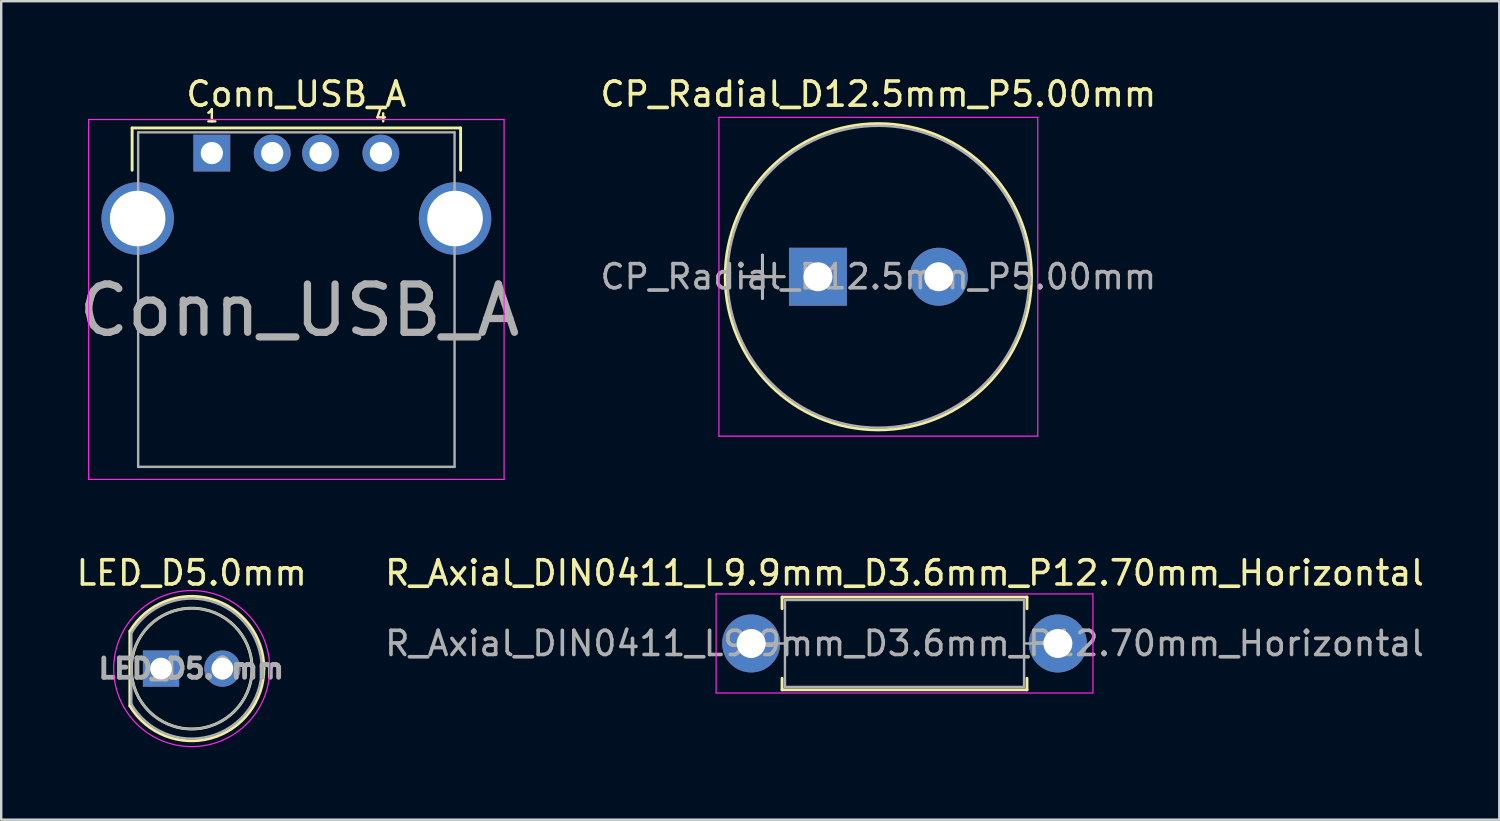
<source format=kicad_pcb>
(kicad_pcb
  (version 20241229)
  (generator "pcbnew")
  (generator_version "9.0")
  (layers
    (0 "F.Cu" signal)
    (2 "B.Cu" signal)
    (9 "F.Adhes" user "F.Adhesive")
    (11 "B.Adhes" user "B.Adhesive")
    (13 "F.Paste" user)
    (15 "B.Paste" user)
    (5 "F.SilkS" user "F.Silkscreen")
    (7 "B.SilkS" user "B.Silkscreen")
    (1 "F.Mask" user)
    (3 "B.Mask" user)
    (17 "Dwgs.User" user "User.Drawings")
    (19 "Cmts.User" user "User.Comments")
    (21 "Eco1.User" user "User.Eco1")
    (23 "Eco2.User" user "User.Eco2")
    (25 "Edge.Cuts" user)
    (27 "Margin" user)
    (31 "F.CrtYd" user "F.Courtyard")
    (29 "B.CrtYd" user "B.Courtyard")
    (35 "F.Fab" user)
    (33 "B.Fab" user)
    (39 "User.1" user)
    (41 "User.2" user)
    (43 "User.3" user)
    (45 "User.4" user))
  (footprint "Conn_USB_A"
    (layer "F.Cu")
    (at 9.22 5.998)
    (property "Reference" "Conn_USB_A" (at 0 -5.15 0) (layer "F.SilkS") (effects (font (size 1 1) (thickness 0.15))))
    (attr through_hole)
    (fp_line (start -6.8 -3.75) (end 6.8 -3.75) (stroke (width 0.12) (type solid)) (layer "F.SilkS"))
    (fp_line (start -6.8 -2) (end -6.8 -3.75) (stroke (width 0.12) (type solid)) (layer "F.SilkS"))
    (fp_line (start 6.8 -2) (end 6.8 -3.75) (stroke (width 0.12) (type solid)) (layer "F.SilkS"))
    (fp_line (start -8.6 -4.1) (end 8.6 -4.1) (stroke (width 0.05) (type solid)) (layer "F.CrtYd"))
    (fp_line (start -8.6 10.8) (end -8.6 -4.1) (stroke (width 0.05) (type solid)) (layer "F.CrtYd"))
    (fp_line (start -8.6 10.8) (end 8.6 10.8) (stroke (width 0.05) (type solid)) (layer "F.CrtYd"))
    (fp_line (start 8.6 10.8) (end 8.6 -4.1) (stroke (width 0.05) (type solid)) (layer "F.CrtYd"))
    (fp_line (start -6.55 -3.57) (end -6.55 10.275) (stroke (width 0.1) (type solid)) (layer "F.Fab"))
    (fp_line (start -6.55 -3.57) (end 6.55 -3.57) (stroke (width 0.1) (type solid)) (layer "F.Fab"))
    (fp_line (start -6.55 10.28) (end 6.55 10.28) (stroke (width 0.1) (type solid)) (layer "F.Fab"))
    (fp_line (start 6.55 -3.57) (end 6.55 10.275) (stroke (width 0.1) (type solid)) (layer "F.Fab"))
    (fp_text user "1" (at -3.5 -4.25 0) (layer "F.SilkS") (effects (font (size 0.5 0.5) (thickness 0.1))))
    (fp_text user "4" (at 3.5 -4.25 0) (layer "F.SilkS") (effects (font (size 0.5 0.5) (thickness 0.1))))
    (fp_text user "${REFERENCE}" (at 0.125 3.8 0) (layer "F.Fab") (effects (font (size 2 2) (thickness 0.3))))
    (pad "1" thru_hole rect (at -3.5 -2.71) (size 1.524 1.524) (drill 0.92) (layers "*.Cu" "*.Mask"))
    (pad "2" thru_hole circle (at -1 -2.71) (size 1.524 1.524) (drill 0.92) (layers "*.Cu" "*.Mask"))
    (pad "3" thru_hole circle (at 1 -2.71) (size 1.524 1.524) (drill 0.92) (layers "*.Cu" "*.Mask"))
    (pad "4" thru_hole circle (at 3.5 -2.71) (size 1.524 1.524) (drill 0.92) (layers "*.Cu" "*.Mask"))
    (pad "5" thru_hole circle (at -6.57 0) (size 3 3) (drill 2.3) (layers "*.Cu" "*.Mask"))
    (pad "5" thru_hole circle (at 6.57 0) (size 3 3) (drill 2.3) (layers "*.Cu" "*.Mask")))
  (footprint "CP_Radial_D12.5mm_P5.00mm"
    (layer "F.Cu")
    (at 30.815 8.408)
    (property "Reference" "CP_Radial_D12.5mm_P5.00mm" (at 2.5 -7.56 0) (layer "F.SilkS") (effects (font (size 1 1) (thickness 0.15))))
    (attr through_hole)
    (fp_line (start -3.2 0) (end -1.4 0) (stroke (width 0.12) (type solid)) (layer "F.SilkS"))
    (fp_line (start -2.3 -0.9) (end -2.3 0.9) (stroke (width 0.12) (type solid)) (layer "F.SilkS"))
    (fp_circle (center 2.5 0) (end 8.84 0) (stroke (width 0.12) (type solid)) (fill no) (layer "F.SilkS"))
    (fp_line (start -4.1 -6.6) (end -4.1 6.6) (stroke (width 0.05) (type solid)) (layer "F.CrtYd"))
    (fp_line (start -4.1 6.6) (end 9.1 6.6) (stroke (width 0.05) (type solid)) (layer "F.CrtYd"))
    (fp_line (start 9.1 -6.6) (end -4.1 -6.6) (stroke (width 0.05) (type solid)) (layer "F.CrtYd"))
    (fp_line (start 9.1 6.6) (end 9.1 -6.6) (stroke (width 0.05) (type solid)) (layer "F.CrtYd"))
    (fp_line (start -3.2 0) (end -1.4 0) (stroke (width 0.1) (type solid)) (layer "F.Fab"))
    (fp_line (start -2.3 -0.9) (end -2.3 0.9) (stroke (width 0.1) (type solid)) (layer "F.Fab"))
    (fp_circle (center 2.5 0) (end 8.75 0) (stroke (width 0.1) (type solid)) (fill no) (layer "F.Fab"))
    (fp_text user "${REFERENCE}" (at 2.5 0 0) (layer "F.Fab") (effects (font (size 1 1) (thickness 0.15))))
    (pad "1" thru_hole rect (at 0 0) (size 2.4 2.4) (drill 1.2) (layers "*.Cu" "*.Mask"))
    (pad "2" thru_hole circle (at 5 0) (size 2.4 2.4) (drill 1.2) (layers "*.Cu" "*.Mask")))
  (footprint "R_Axial_DIN0411_L9.9mm_D3.6mm_P12.70mm_Horizontal"
    (layer "F.Cu")
    (at 28.049 23.591)
    (property "Reference" "R_Axial_DIN0411_L9.9mm_D3.6mm_P12.70mm_Horizontal" (at 6.35 -2.92 0) (layer "F.SilkS") (effects (font (size 1 1) (thickness 0.15))))
    (attr through_hole)
    (fp_line (start 1.28 -1.92) (end 11.42 -1.92) (stroke (width 0.12) (type solid)) (layer "F.SilkS"))
    (fp_line (start 1.28 -1.44) (end 1.28 -1.92) (stroke (width 0.12) (type solid)) (layer "F.SilkS"))
    (fp_line (start 1.28 1.44) (end 1.28 1.92) (stroke (width 0.12) (type solid)) (layer "F.SilkS"))
    (fp_line (start 1.28 1.92) (end 11.42 1.92) (stroke (width 0.12) (type solid)) (layer "F.SilkS"))
    (fp_line (start 11.42 -1.92) (end 11.42 -1.44) (stroke (width 0.12) (type solid)) (layer "F.SilkS"))
    (fp_line (start 11.42 1.92) (end 11.42 1.44) (stroke (width 0.12) (type solid)) (layer "F.SilkS"))
    (fp_line (start -1.45 -2.05) (end -1.45 2.05) (stroke (width 0.05) (type solid)) (layer "F.CrtYd"))
    (fp_line (start -1.45 2.05) (end 14.15 2.05) (stroke (width 0.05) (type solid)) (layer "F.CrtYd"))
    (fp_line (start 14.15 -2.05) (end -1.45 -2.05) (stroke (width 0.05) (type solid)) (layer "F.CrtYd"))
    (fp_line (start 14.15 2.05) (end 14.15 -2.05) (stroke (width 0.05) (type solid)) (layer "F.CrtYd"))
    (fp_line (start 0 0) (end 1.4 0) (stroke (width 0.1) (type solid)) (layer "F.Fab"))
    (fp_line (start 1.4 -1.8) (end 1.4 1.8) (stroke (width 0.1) (type solid)) (layer "F.Fab"))
    (fp_line (start 1.4 1.8) (end 11.3 1.8) (stroke (width 0.1) (type solid)) (layer "F.Fab"))
    (fp_line (start 11.3 -1.8) (end 1.4 -1.8) (stroke (width 0.1) (type solid)) (layer "F.Fab"))
    (fp_line (start 11.3 1.8) (end 11.3 -1.8) (stroke (width 0.1) (type solid)) (layer "F.Fab"))
    (fp_line (start 12.7 0) (end 11.3 0) (stroke (width 0.1) (type solid)) (layer "F.Fab"))
    (fp_text user "${REFERENCE}" (at 6.35 0 0) (layer "F.Fab") (effects (font (size 1 1) (thickness 0.15))))
    (pad "1" thru_hole circle (at 0 0) (size 2.4 2.4) (drill 1.2) (layers "*.Cu" "*.Mask"))
    (pad "2" thru_hole oval (at 12.7 0) (size 2.4 2.4) (drill 1.2) (layers "*.Cu" "*.Mask")))
  (footprint "LED_D5.0mm"
    (layer "F.Cu")
    (at 3.617 24.631)
    (property "Reference" "LED_D5.0mm" (at 1.27 -3.96 0) (layer "F.SilkS") (effects (font (size 1 1) (thickness 0.15))))
    (attr through_hole)
    (fp_line (start -1.29 -1.545) (end -1.29 1.545) (stroke (width 0.12) (type solid)) (layer "F.SilkS"))
    (fp_arc (start -1.29 -1.54483) (mid 2.072002 -2.880433) (end 4.26 0.000462) (stroke (width 0.12) (type solid)) (layer "F.SilkS"))
    (fp_arc (start 4.26 -0.000462) (mid 2.072002 2.880433) (end -1.29 1.54483) (stroke (width 0.12) (type solid)) (layer "F.SilkS"))
    (fp_circle (center 1.27 0) (end 3.77 0) (stroke (width 0.12) (type solid)) (fill no) (layer "F.SilkS"))
    (fp_circle (center 1.27 0) (end 4.5 0) (stroke (width 0.05) (type solid)) (fill no) (layer "F.CrtYd"))
    (fp_line (start -1.23 -1.47) (end -1.23 1.47) (stroke (width 0.1) (type solid)) (layer "F.Fab"))
    (fp_arc (start -1.23 -1.469694) (mid 4.17 0.000016) (end -1.230016 1.469666) (stroke (width 0.1) (type solid)) (layer "F.Fab"))
    (fp_circle (center 1.27 0) (end 3.77 0) (stroke (width 0.1) (type solid)) (fill no) (layer "F.Fab"))
    (fp_text user "${REFERENCE}" (at 1.25 0 0) (layer "F.Fab") (effects (font (size 0.8 0.8) (thickness 0.2))))
    (pad "1" thru_hole rect (at 0 0) (size 1.5 1.5) (drill 0.9) (layers "*.Cu" "*.Mask"))
    (pad "2" thru_hole circle (at 2.54 0) (size 1.5 1.5) (drill 0.9) (layers "*.Cu" "*.Mask")))
  (gr_rect
    (start -3 -3)
    (end 59.024 30.887)
    (stroke (width 0.1) (type default))
    (fill no)
    (layer "Edge.Cuts")))
</source>
